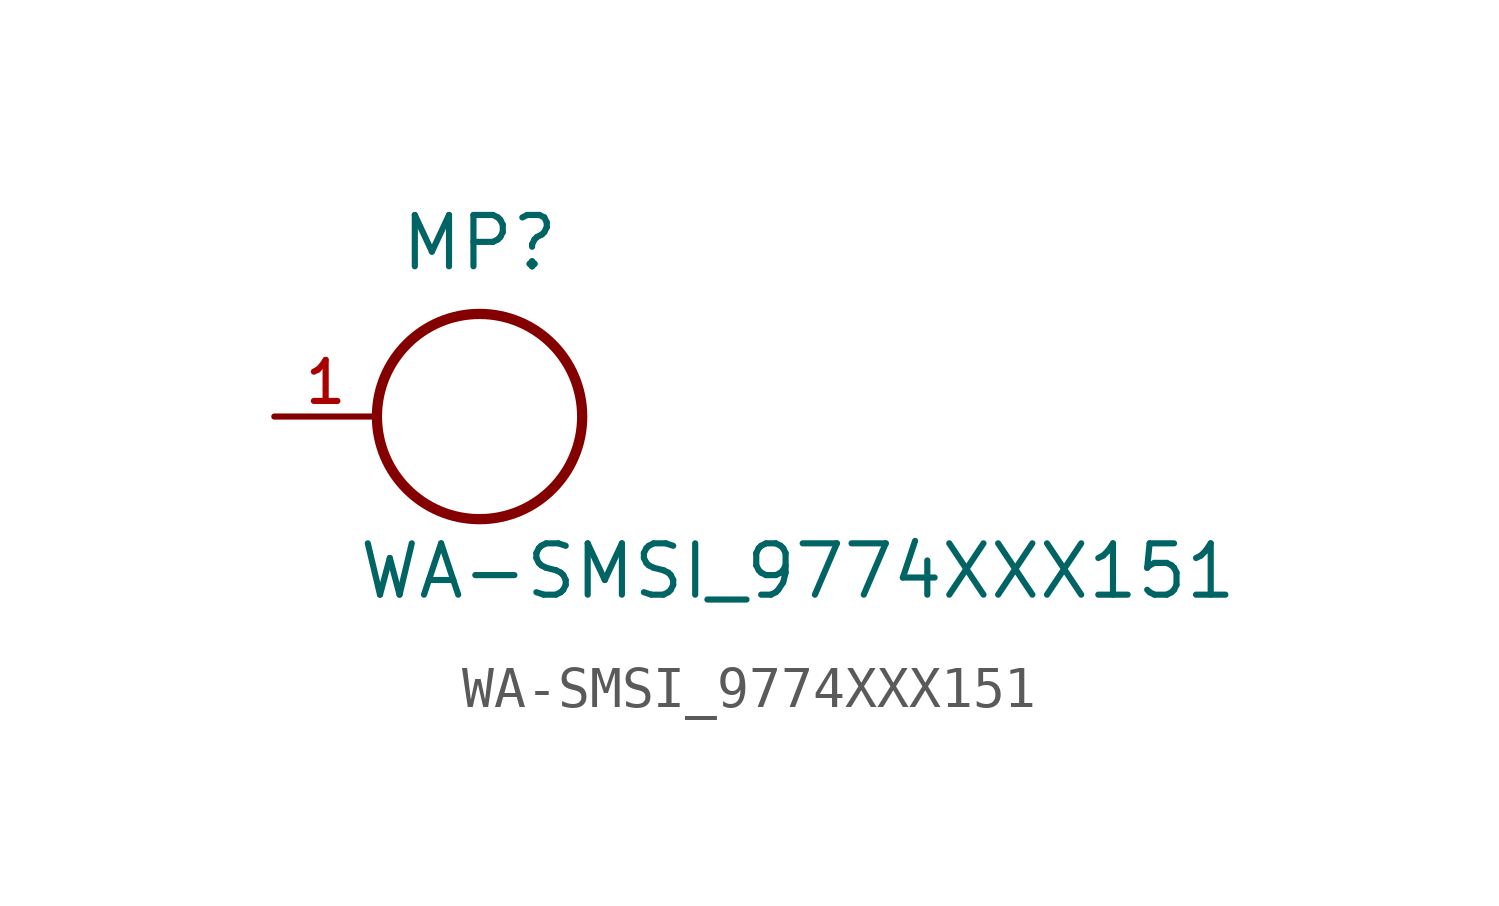
<source format=kicad_sym>
(kicad_symbol_lib
  (version 20211014)
  (generator kicad_symbol_editor)
  (symbol "WA-SMSI_9774XXX151"
    (pin_names
      (offset 1.016))
    (property "Reference" "MP"
      (at 0.0 3.556 0)
      (effects (font (size 1.27 1.27)) (justify bottom)))
    (property "Value" "WA-SMSI_9774XXX151"
      (at -3.048 -4.572 0)
      (effects (font (size 1.27 1.27)) (justify bottom left)))
    (symbol "WA-SMSI_9774XXX151_0_0"
      (circle (center 0.0 0.0) (radius 2.54) (stroke (width 0.254)) (fill (type none)))
      (pin passive line (at -5.08 0.0 0) (length 2.54) (name "~" (effects (font (size 1.016 1.016)))) (number "1" (effects (font (size 1.016 1.016))))))))
</source>
